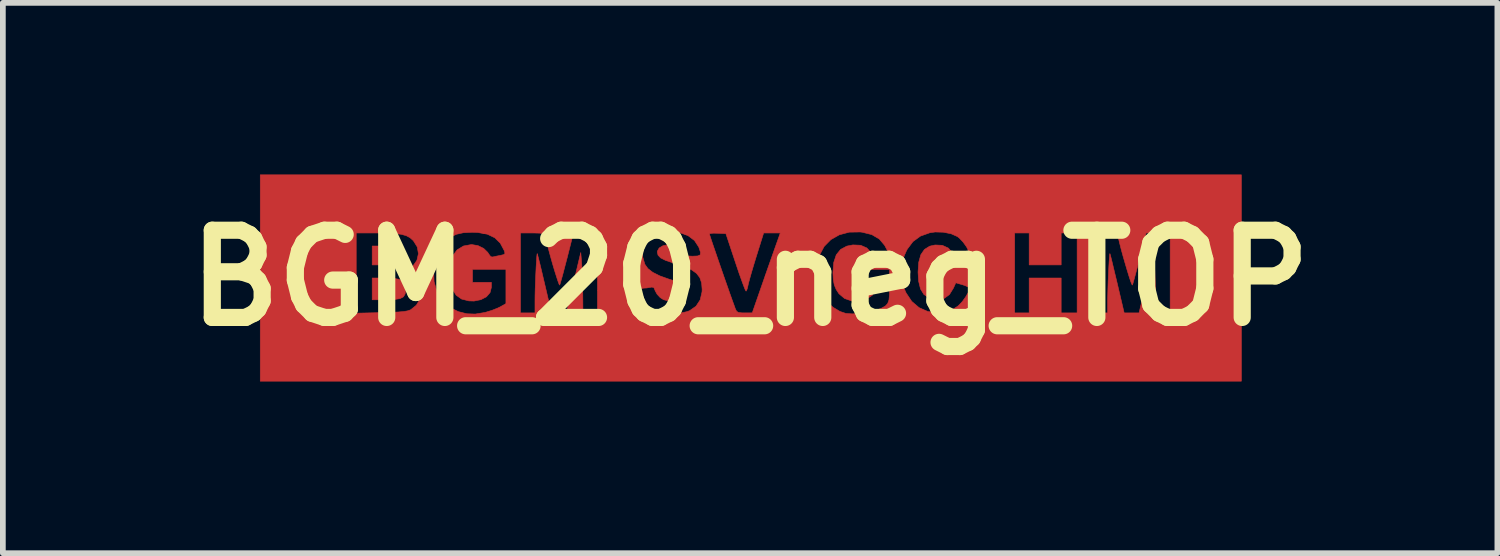
<source format=kicad_pcb>
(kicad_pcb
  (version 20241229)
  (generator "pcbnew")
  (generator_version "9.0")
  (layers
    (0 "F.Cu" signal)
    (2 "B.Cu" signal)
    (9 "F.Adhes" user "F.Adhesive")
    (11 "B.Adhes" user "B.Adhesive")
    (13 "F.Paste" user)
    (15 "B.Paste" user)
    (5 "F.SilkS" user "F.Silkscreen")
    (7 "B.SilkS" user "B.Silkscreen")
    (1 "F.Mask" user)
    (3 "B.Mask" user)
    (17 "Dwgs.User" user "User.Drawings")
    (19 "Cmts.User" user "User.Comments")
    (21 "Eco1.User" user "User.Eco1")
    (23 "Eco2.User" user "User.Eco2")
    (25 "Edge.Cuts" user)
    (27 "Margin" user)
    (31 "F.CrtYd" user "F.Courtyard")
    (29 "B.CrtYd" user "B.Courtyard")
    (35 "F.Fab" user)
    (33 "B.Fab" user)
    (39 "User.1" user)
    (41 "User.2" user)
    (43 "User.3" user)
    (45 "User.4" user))
  (footprint "BGM_20_neg_TOP"
    (layer "F.Cu")
    (at 10.058 1.808)
    (property "Reference" "BGM_20_neg_TOP" (at 0 0 0) (layer "F.SilkS") (effects (font (size 1.524 1.524) (thickness 0.3))))
    (attr through_hole)
    (fp_poly (pts (xy -6.268 -0.558) (xy -6.197 -0.553) (xy -6.153 -0.542) (xy -6.122 -0.52) (xy -6.097 -0.491) (xy -6.06 -0.413) (xy -6.073 -0.337) (xy -6.126 -0.273) (xy -6.166 -0.25) (xy -6.226 -0.236) (xy -6.318 -0.229) (xy -6.391 -0.229) (xy -6.604 -0.229) (xy -6.604 -0.559) (xy -6.377 -0.559) (xy -6.268 -0.558)) (stroke (width 0.01) (type solid)) (fill yes) (layer "F.Cu"))
    (fp_poly (pts (xy -6.24 0.005) (xy -6.137 0.022) (xy -6.071 0.055) (xy -6.034 0.108) (xy -6.021 0.184) (xy -6.02 0.208) (xy -6.028 0.279) (xy -6.057 0.328) (xy -6.114 0.359) (xy -6.207 0.375) (xy -6.341 0.381) (xy -6.368 0.381) (xy -6.604 0.381) (xy -6.604 0) (xy -6.386 0) (xy -6.24 0.005)) (stroke (width 0.01) (type solid)) (fill yes) (layer "F.Cu"))
    (fp_poly (pts (xy 8.585 1.803) (xy -8.56 1.803) (xy -8.56 0.615) (xy -6.883 0.615) (xy -6.445 0.605) (xy -6.275 0.6) (xy -6.147 0.594) (xy -6.054 0.586) (xy -5.989 0.575) (xy -5.942 0.56) (xy -5.927 0.552) (xy -5.833 0.476) (xy -5.771 0.374) (xy -5.741 0.258) (xy -5.746 0.14) (xy -5.785 0.03) (xy -5.858 -0.06) (xy -5.897 -0.087) (xy -5.97 -0.13) (xy -5.96 -0.14) (xy -5.531 -0.14) (xy -5.522 0.065) (xy -5.473 0.242) (xy -5.385 0.391) (xy -5.261 0.506) (xy -5.103 0.586) (xy -5.101 0.587) (xy -4.95 0.625) (xy -4.802 0.63) (xy -4.638 0.603) (xy -4.611 0.596) (xy -4.51 0.565) (xy -4.412 0.526) (xy -4.364 0.503) (xy -4.267 0.448) (xy -4.267 -0.152) (xy -4.851 -0.152) (xy -4.851 0.076) (xy -4.521 0.076) (xy -4.521 0.164) (xy -4.544 0.255) (xy -4.608 0.329) (xy -4.705 0.379) (xy -4.825 0.403) (xy -4.915 0.4) (xy -5.042 0.368) (xy -5.137 0.3) (xy -5.203 0.196) (xy -5.241 0.051) (xy -5.252 -0.063) (xy -5.255 -0.174) (xy -5.249 -0.253) (xy -5.231 -0.318) (xy -5.202 -0.381) (xy -5.12 -0.491) (xy -5.009 -0.559) (xy -4.873 -0.584) (xy -4.864 -0.584) (xy -4.756 -0.566) (xy -4.656 -0.517) (xy -4.584 -0.447) (xy -4.567 -0.419) (xy -4.531 -0.372) (xy -4.498 -0.367) (xy -4.447 -0.379) (xy -4.374 -0.393) (xy -4.364 -0.395) (xy -4.304 -0.409) (xy -4.283 -0.429) (xy -4.292 -0.467) (xy -4.295 -0.476) (xy -4.365 -0.608) (xy -4.462 -0.703) (xy -4.591 -0.765) (xy -4.714 -0.787) (xy -4.013 -0.787) (xy -4.013 0.61) (xy -3.759 0.61) (xy -3.759 0.398) (xy -3.758 0.303) (xy -3.755 0.187) (xy -3.75 0.059) (xy -3.745 -0.071) (xy -3.739 -0.194) (xy -3.732 -0.299) (xy -3.727 -0.378) (xy -3.722 -0.421) (xy -3.719 -0.426) (xy -3.712 -0.4) (xy -3.695 -0.333) (xy -3.669 -0.23) (xy -3.638 -0.1) (xy -3.603 0.049) (xy -3.592 0.095) (xy -3.471 0.61) (xy -3.21 0.61) (xy -3.085 0.083) (xy -2.959 -0.445) (xy -2.943 -0.254) (xy -2.937 -0.152) (xy -2.931 -0.017) (xy -2.927 0.133) (xy -2.924 0.273) (xy -2.921 0.61) (xy -2.667 0.61) (xy -2.667 0.22) (xy -1.929 0.22) (xy -1.916 0.283) (xy -1.878 0.372) (xy -1.797 0.483) (xy -1.68 0.568) (xy -1.566 0.612) (xy -1.465 0.626) (xy -1.34 0.625) (xy -1.212 0.612) (xy -1.102 0.588) (xy -1.058 0.572) (xy -0.945 0.493) (xy -0.872 0.382) (xy -0.84 0.243) (xy -0.838 0.201) (xy -0.847 0.087) (xy -0.878 -0.005) (xy -0.936 -0.081) (xy -1.027 -0.145) (xy -1.157 -0.203) (xy -1.332 -0.26) (xy -1.345 -0.263) (xy -1.476 -0.307) (xy -1.563 -0.351) (xy -1.609 -0.399) (xy -1.622 -0.455) (xy -1.62 -0.469) (xy -1.589 -0.524) (xy -1.524 -0.563) (xy -1.437 -0.582) (xy -1.345 -0.581) (xy -1.259 -0.558) (xy -1.205 -0.522) (xy -1.163 -0.469) (xy -1.143 -0.423) (xy -1.143 -0.42) (xy -1.131 -0.397) (xy -1.09 -0.385) (xy -1.009 -0.381) (xy -1.003 -0.381) (xy -0.916 -0.385) (xy -0.872 -0.404) (xy -0.866 -0.447) (xy -0.891 -0.524) (xy -0.898 -0.542) (xy -0.972 -0.655) (xy -1.083 -0.739) (xy -1.165 -0.77) (xy -0.711 -0.77) (xy -0.703 -0.742) (xy -0.681 -0.675) (xy -0.647 -0.574) (xy -0.604 -0.449) (xy -0.555 -0.306) (xy -0.502 -0.153) (xy -0.448 0.003) (xy -0.395 0.153) (xy -0.347 0.29) (xy -0.305 0.407) (xy -0.273 0.495) (xy -0.257 0.54) (xy -0.236 0.581) (xy -0.205 0.602) (xy -0.148 0.609) (xy -0.096 0.61) (xy 0.038 0.609) (xy 0.186 0.184) (xy 0.243 0.02) (xy 0.264 -0.04) (xy 1.17 -0.04) (xy 1.196 0.134) (xy 1.25 0.285) (xy 1.261 0.307) (xy 1.342 0.416) (xy 1.451 0.513) (xy 1.571 0.585) (xy 1.673 0.619) (xy 1.785 0.627) (xy 1.923 0.62) (xy 2.064 0.6) (xy 2.185 0.57) (xy 2.207 0.562) (xy 2.301 0.525) (xy 2.365 0.489) (xy 2.405 0.445) (xy 2.427 0.383) (xy 2.436 0.292) (xy 2.438 0.162) (xy 2.438 0.136) (xy 2.438 -0.104) (xy 2.657 -0.104) (xy 2.659 0.013) (xy 2.668 0.099) (xy 2.687 0.171) (xy 2.721 0.25) (xy 2.727 0.262) (xy 2.825 0.409) (xy 2.953 0.518) (xy 3.104 0.585) (xy 3.272 0.609) (xy 3.451 0.585) (xy 3.461 0.583) (xy 3.542 0.548) (xy 3.626 0.495) (xy 3.647 0.477) (xy 3.709 0.412) (xy 3.767 0.331) (xy 3.813 0.252) (xy 3.835 0.189) (xy 3.835 0.18) (xy 3.813 0.158) (xy 3.757 0.133) (xy 3.715 0.119) (xy 3.595 0.084) (xy 3.553 0.177) (xy 3.484 0.289) (xy 3.394 0.355) (xy 3.281 0.376) (xy 3.245 0.375) (xy 3.126 0.347) (xy 3.037 0.287) (xy 2.978 0.191) (xy 2.945 0.056) (xy 2.935 -0.102) (xy 2.947 -0.275) (xy 2.984 -0.407) (xy 3.047 -0.499) (xy 3.139 -0.556) (xy 3.233 -0.577) (xy 3.359 -0.571) (xy 3.464 -0.523) (xy 3.539 -0.439) (xy 3.544 -0.43) (xy 3.587 -0.374) (xy 3.627 -0.365) (xy 3.682 -0.379) (xy 3.754 -0.394) (xy 3.754 -0.394) (xy 3.81 -0.411) (xy 3.826 -0.436) (xy 3.821 -0.466) (xy 3.784 -0.542) (xy 3.723 -0.627) (xy 3.654 -0.7) (xy 3.621 -0.725) (xy 3.513 -0.773) (xy 3.442 -0.787) (xy 4.623 -0.787) (xy 4.623 0.61) (xy 4.877 0.61) (xy 4.877 0) (xy 5.436 0) (xy 5.436 0.61) (xy 5.715 0.61) (xy 5.715 -0.787) (xy 5.994 -0.787) (xy 5.994 0.61) (xy 6.248 0.61) (xy 6.248 0.398) (xy 6.25 0.303) (xy 6.253 0.187) (xy 6.257 0.059) (xy 6.263 -0.071) (xy 6.269 -0.194) (xy 6.275 -0.299) (xy 6.281 -0.378) (xy 6.286 -0.421) (xy 6.288 -0.426) (xy 6.296 -0.4) (xy 6.313 -0.333) (xy 6.338 -0.23) (xy 6.369 -0.1) (xy 6.405 0.049) (xy 6.416 0.095) (xy 6.537 0.61) (xy 6.797 0.61) (xy 6.923 0.083) (xy 7.048 -0.445) (xy 7.064 -0.254) (xy 7.071 -0.152) (xy 7.076 -0.017) (xy 7.081 0.133) (xy 7.083 0.273) (xy 7.087 0.61) (xy 7.341 0.61) (xy 7.341 -0.787) (xy 6.921 -0.787) (xy 6.809 -0.349) (xy 6.772 -0.205) (xy 6.738 -0.078) (xy 6.71 0.026) (xy 6.69 0.096) (xy 6.68 0.123) (xy 6.67 0.108) (xy 6.649 0.054) (xy 6.621 -0.032) (xy 6.588 -0.14) (xy 6.552 -0.262) (xy 6.516 -0.387) (xy 6.483 -0.508) (xy 6.456 -0.615) (xy 6.436 -0.699) (xy 6.427 -0.751) (xy 6.426 -0.758) (xy 6.403 -0.774) (xy 6.333 -0.784) (xy 6.213 -0.787) (xy 6.21 -0.787) (xy 5.994 -0.787) (xy 5.715 -0.787) (xy 5.436 -0.787) (xy 5.436 -0.229) (xy 4.877 -0.229) (xy 4.877 -0.787) (xy 4.623 -0.787) (xy 3.442 -0.787) (xy 3.377 -0.8) (xy 3.234 -0.804) (xy 3.142 -0.791) (xy 2.977 -0.732) (xy 2.846 -0.636) (xy 2.745 -0.501) (xy 2.729 -0.469) (xy 2.693 -0.387) (xy 2.671 -0.311) (xy 2.661 -0.223) (xy 2.657 -0.104) (xy 2.438 -0.104) (xy 2.438 -0.152) (xy 1.854 -0.152) (xy 1.854 0.076) (xy 2.159 0.076) (xy 2.159 0.188) (xy 2.156 0.258) (xy 2.138 0.299) (xy 2.093 0.331) (xy 2.049 0.353) (xy 1.907 0.4) (xy 1.772 0.4) (xy 1.651 0.358) (xy 1.553 0.275) (xy 1.505 0.202) (xy 1.471 0.121) (xy 1.454 0.032) (xy 1.448 -0.085) (xy 1.448 -0.101) (xy 1.462 -0.273) (xy 1.506 -0.405) (xy 1.582 -0.499) (xy 1.69 -0.557) (xy 1.797 -0.578) (xy 1.932 -0.572) (xy 2.04 -0.525) (xy 2.116 -0.442) (xy 2.122 -0.43) (xy 2.164 -0.374) (xy 2.205 -0.365) (xy 2.26 -0.379) (xy 2.33 -0.394) (xy 2.386 -0.41) (xy 2.408 -0.437) (xy 2.398 -0.483) (xy 2.357 -0.56) (xy 2.352 -0.57) (xy 2.258 -0.681) (xy 2.127 -0.758) (xy 1.959 -0.8) (xy 1.924 -0.804) (xy 1.732 -0.801) (xy 1.56 -0.755) (xy 1.412 -0.671) (xy 1.294 -0.551) (xy 1.213 -0.399) (xy 1.205 -0.378) (xy 1.172 -0.216) (xy 1.17 -0.04) (xy 0.264 -0.04) (xy 0.303 -0.152) (xy 0.361 -0.316) (xy 0.41 -0.455) (xy 0.431 -0.514) (xy 0.528 -0.787) (xy 0.237 -0.787) (xy 0.108 -0.375) (xy 0.064 -0.231) (xy 0.024 -0.096) (xy -0.008 0.017) (xy -0.03 0.1) (xy -0.037 0.133) (xy -0.052 0.194) (xy -0.068 0.227) (xy -0.071 0.229) (xy -0.085 0.206) (xy -0.111 0.141) (xy -0.147 0.043) (xy -0.192 -0.082) (xy -0.241 -0.228) (xy -0.256 -0.273) (xy -0.423 -0.775) (xy -0.567 -0.782) (xy -0.645 -0.783) (xy -0.697 -0.778) (xy -0.711 -0.77) (xy -1.165 -0.77) (xy -1.223 -0.791) (xy -1.388 -0.809) (xy -1.454 -0.805) (xy -1.608 -0.772) (xy -1.731 -0.707) (xy -1.82 -0.615) (xy -1.871 -0.503) (xy -1.879 -0.377) (xy -1.84 -0.243) (xy -1.838 -0.238) (xy -1.786 -0.165) (xy -1.701 -0.099) (xy -1.578 -0.037) (xy -1.41 0.023) (xy -1.366 0.036) (xy -1.238 0.08) (xy -1.154 0.122) (xy -1.109 0.169) (xy -1.096 0.225) (xy -1.103 0.269) (xy -1.143 0.333) (xy -1.218 0.379) (xy -1.313 0.403) (xy -1.416 0.404) (xy -1.512 0.379) (xy -1.57 0.343) (xy -1.625 0.284) (xy -1.66 0.221) (xy -1.662 0.213) (xy -1.683 0.166) (xy -1.72 0.159) (xy -1.735 0.162) (xy -1.805 0.174) (xy -1.861 0.177) (xy -1.91 0.187) (xy -1.929 0.22) (xy -2.667 0.22) (xy -2.667 -0.787) (xy -3.087 -0.787) (xy -3.198 -0.349) (xy -3.236 -0.205) (xy -3.269 -0.078) (xy -3.298 0.026) (xy -3.318 0.096) (xy -3.327 0.123) (xy -3.338 0.108) (xy -3.358 0.054) (xy -3.386 -0.032) (xy -3.42 -0.14) (xy -3.456 -0.262) (xy -3.491 -0.387) (xy -3.524 -0.508) (xy -3.552 -0.615) (xy -3.572 -0.699) (xy -3.581 -0.751) (xy -3.581 -0.758) (xy -3.605 -0.774) (xy -3.675 -0.784) (xy -3.794 -0.787) (xy -3.797 -0.787) (xy -4.013 -0.787) (xy -4.714 -0.787) (xy -4.756 -0.795) (xy -4.851 -0.799) (xy -5.011 -0.791) (xy -5.136 -0.763) (xy -5.24 -0.71) (xy -5.337 -0.628) (xy -5.432 -0.511) (xy -5.493 -0.378) (xy -5.525 -0.216) (xy -5.531 -0.14) (xy -5.96 -0.14) (xy -5.895 -0.205) (xy -5.822 -0.31) (xy -5.796 -0.425) (xy -5.816 -0.542) (xy -5.884 -0.651) (xy -5.89 -0.657) (xy -5.943 -0.704) (xy -6.008 -0.739) (xy -6.093 -0.763) (xy -6.206 -0.778) (xy -6.354 -0.785) (xy -6.521 -0.787) (xy -6.883 -0.787) (xy -6.883 0.615) (xy -8.56 0.615) (xy -8.56 -1.803) (xy 8.585 -1.803) (xy 8.585 1.803)) (stroke (width 0.01) (type solid)) (fill yes) (layer "F.Cu")))
  (gr_rect
    (start -3 -3)
    (end 23.117 6.617)
    (stroke (width 0.1) (type default))
    (fill no)
    (layer "Edge.Cuts")))
</source>
